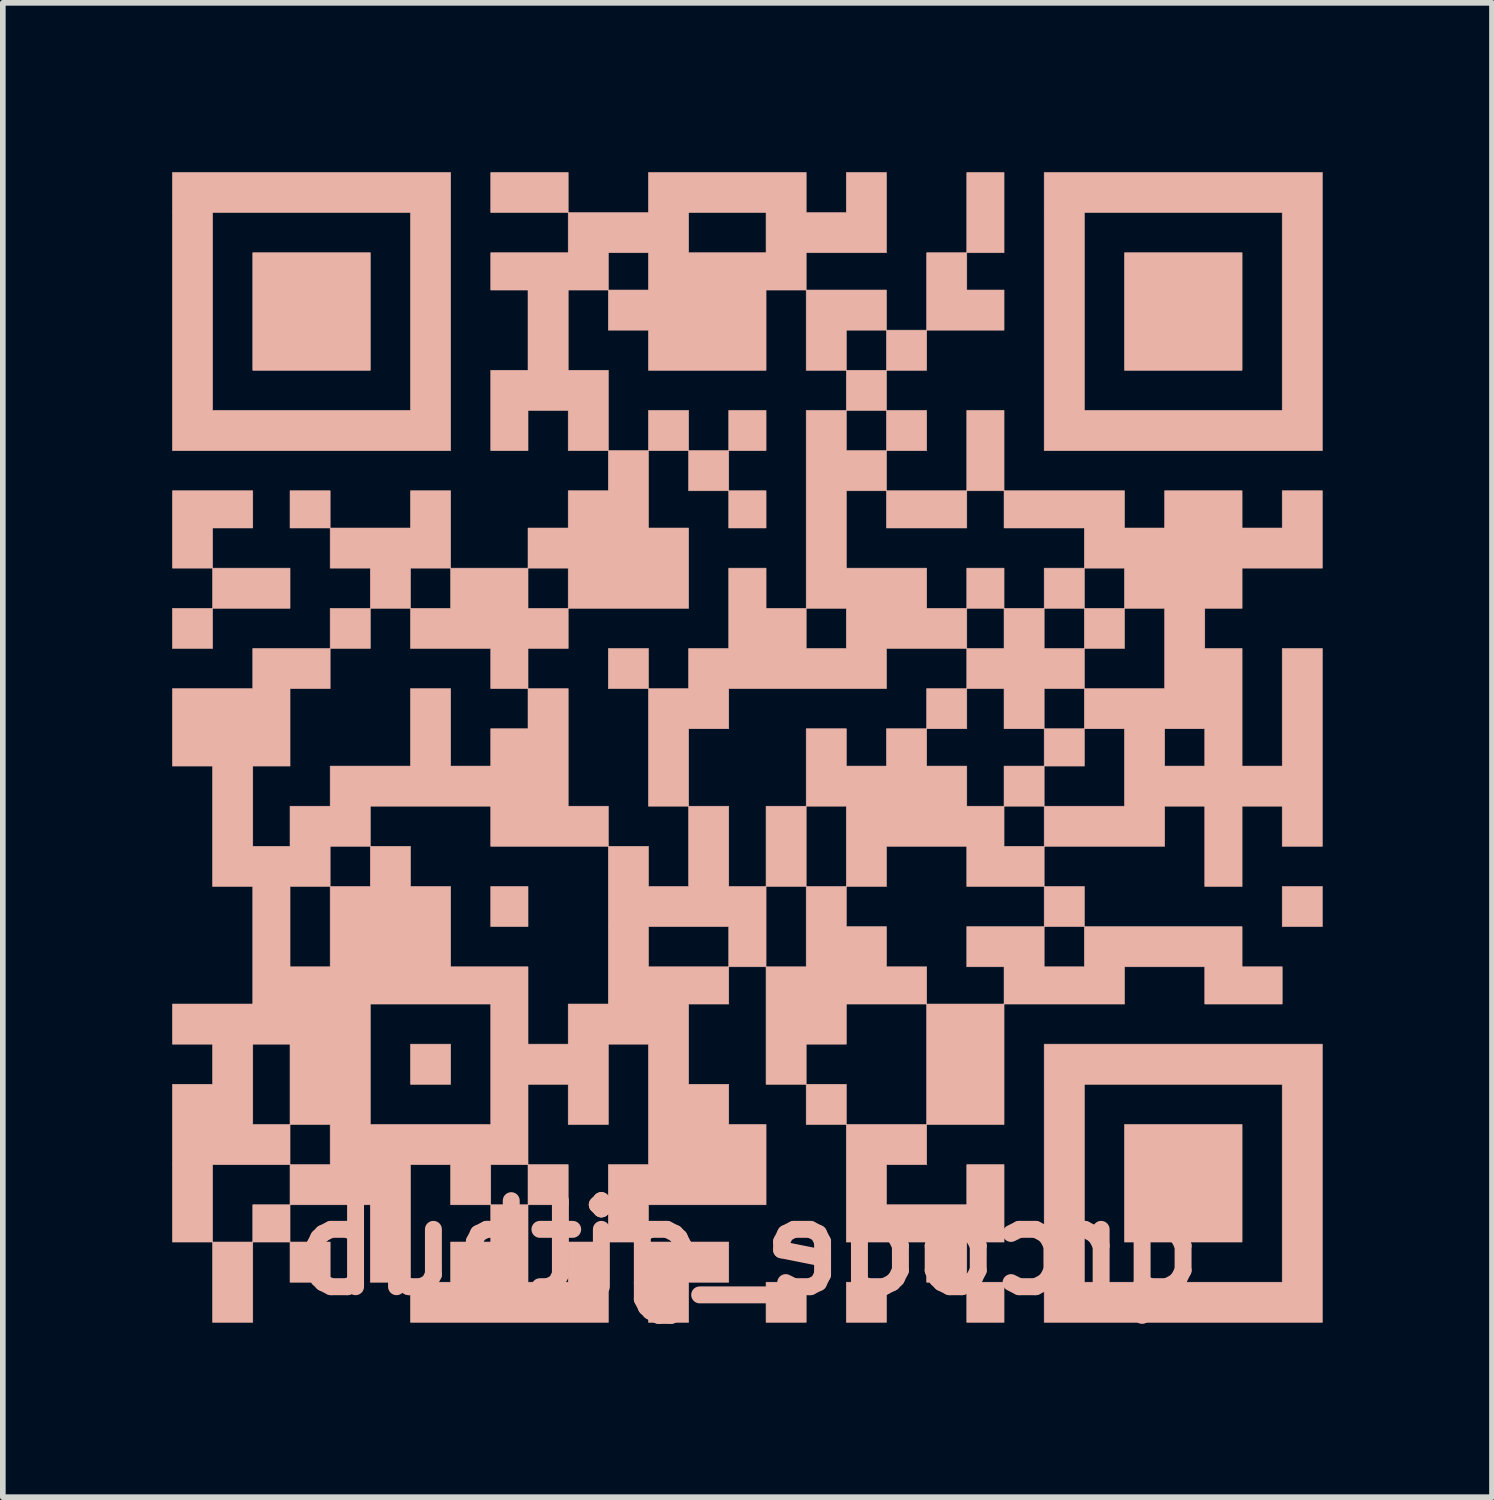
<source format=kicad_pcb>
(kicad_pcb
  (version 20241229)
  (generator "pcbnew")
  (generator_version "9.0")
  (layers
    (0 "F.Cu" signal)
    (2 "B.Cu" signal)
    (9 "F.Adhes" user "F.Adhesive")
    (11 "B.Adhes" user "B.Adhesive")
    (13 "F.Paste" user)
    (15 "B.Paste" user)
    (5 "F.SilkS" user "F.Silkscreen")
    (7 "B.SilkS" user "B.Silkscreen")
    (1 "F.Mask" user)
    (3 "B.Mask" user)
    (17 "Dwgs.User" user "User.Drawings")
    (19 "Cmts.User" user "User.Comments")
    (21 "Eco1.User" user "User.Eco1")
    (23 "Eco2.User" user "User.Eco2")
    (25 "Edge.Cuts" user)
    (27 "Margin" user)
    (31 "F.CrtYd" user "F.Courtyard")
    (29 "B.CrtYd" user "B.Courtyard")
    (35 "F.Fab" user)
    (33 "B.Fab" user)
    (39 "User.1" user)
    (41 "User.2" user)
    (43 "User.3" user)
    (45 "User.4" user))
  (footprint "qrcode_github"
    (layer "F.Cu")
    (at 10.089 9.784)
    (property "Reference" "qrcode_github" (at 0.127 9.271 180) (layer "B.SilkS") (effects (font (size 1.524 1.524) (thickness 0.3)) (justify mirror)))
    (attr through_hole)
    (fp_poly (pts (xy -10.084 -1.346) (xy -9.373 -1.346) (xy -9.373 -2.057) (xy -10.084 -2.057) (xy -10.084 -1.346)) (stroke (width 0.01) (type solid)) (fill yes) (layer "B.SilkS"))
    (fp_poly (pts (xy -9.373 -2.057) (xy -8.001 -2.057) (xy -8.001 -2.769) (xy -9.373 -2.769) (xy -9.373 -2.057)) (stroke (width 0.01) (type solid)) (fill yes) (layer "B.SilkS"))
    (fp_poly (pts (xy -8.661 -6.274) (xy -6.579 -6.274) (xy -6.579 -8.357) (xy -8.661 -8.357) (xy -8.661 -6.274)) (stroke (width 0.01) (type solid)) (fill yes) (layer "B.SilkS"))
    (fp_poly (pts (xy -8.001 -3.48) (xy -7.29 -3.48) (xy -7.29 -4.14) (xy -8.001 -4.14) (xy -8.001 -3.48)) (stroke (width 0.01) (type solid)) (fill yes) (layer "B.SilkS"))
    (fp_poly (pts (xy -8.001 9.881) (xy -7.29 9.881) (xy -7.29 9.169) (xy -8.001 9.169) (xy -8.001 9.881)) (stroke (width 0.01) (type solid)) (fill yes) (layer "B.SilkS"))
    (fp_poly (pts (xy -5.867 6.375) (xy -5.156 6.375) (xy -5.156 5.664) (xy -5.867 5.664) (xy -5.867 6.375)) (stroke (width 0.01) (type solid)) (fill yes) (layer "B.SilkS"))
    (fp_poly (pts (xy -4.445 -9.068) (xy -3.073 -9.068) (xy -3.073 -9.779) (xy -4.445 -9.779) (xy -4.445 -9.068)) (stroke (width 0.01) (type solid)) (fill yes) (layer "B.SilkS"))
    (fp_poly (pts (xy -4.445 3.581) (xy -3.785 3.581) (xy -3.785 2.87) (xy -4.445 2.87) (xy -4.445 3.581)) (stroke (width 0.01) (type solid)) (fill yes) (layer "B.SilkS"))
    (fp_poly (pts (xy -3.785 8.509) (xy -3.073 8.509) (xy -3.073 7.798) (xy -3.785 7.798) (xy -3.785 8.509)) (stroke (width 0.01) (type solid)) (fill yes) (layer "B.SilkS"))
    (fp_poly (pts (xy -2.362 -0.635) (xy -1.651 -0.635) (xy -1.651 -1.346) (xy -2.362 -1.346) (xy -2.362 -0.635)) (stroke (width 0.01) (type solid)) (fill yes) (layer "B.SilkS"))
    (fp_poly (pts (xy -1.651 -4.851) (xy -0.94 -4.851) (xy -0.94 -5.563) (xy -1.651 -5.563) (xy -1.651 -4.851)) (stroke (width 0.01) (type solid)) (fill yes) (layer "B.SilkS"))
    (fp_poly (pts (xy -0.94 -4.14) (xy -0.229 -4.14) (xy -0.229 -4.851) (xy -0.94 -4.851) (xy -0.94 -4.14)) (stroke (width 0.01) (type solid)) (fill yes) (layer "B.SilkS"))
    (fp_poly (pts (xy -0.229 -4.851) (xy 0.432 -4.851) (xy 0.432 -5.563) (xy -0.229 -5.563) (xy -0.229 -4.851)) (stroke (width 0.01) (type solid)) (fill yes) (layer "B.SilkS"))
    (fp_poly (pts (xy -0.229 -3.48) (xy 0.432 -3.48) (xy 0.432 -4.14) (xy -0.229 -4.14) (xy -0.229 -3.48)) (stroke (width 0.01) (type solid)) (fill yes) (layer "B.SilkS"))
    (fp_poly (pts (xy 0.432 2.87) (xy 1.143 2.87) (xy 1.143 1.448) (xy 0.432 1.448) (xy 0.432 2.87)) (stroke (width 0.01) (type solid)) (fill yes) (layer "B.SilkS"))
    (fp_poly (pts (xy 0.432 10.592) (xy 1.143 10.592) (xy 1.143 9.881) (xy 0.432 9.881) (xy 0.432 10.592)) (stroke (width 0.01) (type solid)) (fill yes) (layer "B.SilkS"))
    (fp_poly (pts (xy 1.854 10.592) (xy 2.565 10.592) (xy 2.565 9.881) (xy 1.854 9.881) (xy 1.854 10.592)) (stroke (width 0.01) (type solid)) (fill yes) (layer "B.SilkS"))
    (fp_poly (pts (xy 3.277 0.076) (xy 3.988 0.076) (xy 3.988 -0.635) (xy 3.277 -0.635) (xy 3.277 0.076)) (stroke (width 0.01) (type solid)) (fill yes) (layer "B.SilkS"))
    (fp_poly (pts (xy 3.988 -8.357) (xy 4.648 -8.357) (xy 4.648 -9.779) (xy 3.988 -9.779) (xy 3.988 -8.357)) (stroke (width 0.01) (type solid)) (fill yes) (layer "B.SilkS"))
    (fp_poly (pts (xy 3.988 -2.057) (xy 4.648 -2.057) (xy 4.648 -2.769) (xy 3.988 -2.769) (xy 3.988 -2.057)) (stroke (width 0.01) (type solid)) (fill yes) (layer "B.SilkS"))
    (fp_poly (pts (xy 3.988 10.592) (xy 4.648 10.592) (xy 4.648 9.881) (xy 3.988 9.881) (xy 3.988 10.592)) (stroke (width 0.01) (type solid)) (fill yes) (layer "B.SilkS"))
    (fp_poly (pts (xy 4.648 1.448) (xy 5.359 1.448) (xy 5.359 0.737) (xy 4.648 0.737) (xy 4.648 1.448)) (stroke (width 0.01) (type solid)) (fill yes) (layer "B.SilkS"))
    (fp_poly (pts (xy 5.359 0.737) (xy 6.071 0.737) (xy 6.071 0.076) (xy 5.359 0.076) (xy 5.359 0.737)) (stroke (width 0.01) (type solid)) (fill yes) (layer "B.SilkS"))
    (fp_poly (pts (xy 6.782 -6.274) (xy 8.865 -6.274) (xy 8.865 -8.357) (xy 6.782 -8.357) (xy 6.782 -6.274)) (stroke (width 0.01) (type solid)) (fill yes) (layer "B.SilkS"))
    (fp_poly (pts (xy 6.782 9.169) (xy 8.865 9.169) (xy 8.865 7.087) (xy 6.782 7.087) (xy 6.782 9.169)) (stroke (width 0.01) (type solid)) (fill yes) (layer "B.SilkS"))
    (fp_poly (pts (xy 9.576 3.581) (xy 10.287 3.581) (xy 10.287 2.87) (xy 9.576 2.87) (xy 9.576 3.581)) (stroke (width 0.01) (type solid)) (fill yes) (layer "B.SilkS"))
    (fp_poly (pts (xy -10.084 -2.769) (xy -9.373 -2.769) (xy -9.373 -3.48) (xy -8.661 -3.48) (xy -8.661 -4.14) (xy -10.084 -4.14) (xy -10.084 -2.769)) (stroke (width 0.01) (type solid)) (fill yes) (layer "B.SilkS"))
    (fp_poly (pts (xy -1.651 10.592) (xy -0.94 10.592) (xy -0.94 9.881) (xy -0.229 9.881) (xy -0.229 9.169) (xy -1.651 9.169) (xy -1.651 10.592)) (stroke (width 0.01) (type solid)) (fill yes) (layer "B.SilkS"))
    (fp_poly (pts (xy 3.277 -6.985) (xy 4.648 -6.985) (xy 4.648 -7.696) (xy 3.988 -7.696) (xy 3.988 -8.357) (xy 3.277 -8.357) (xy 3.277 -6.985)) (stroke (width 0.01) (type solid)) (fill yes) (layer "B.SilkS"))
    (fp_poly (pts (xy -10.084 -4.851) (xy -5.156 -4.851) (xy -5.156 -9.068) (xy -5.867 -9.068) (xy -5.867 -5.563) (xy -9.373 -5.563) (xy -9.373 -9.068) (xy -5.867 -9.068) (xy -5.156 -9.068) (xy -5.156 -9.779) (xy -10.084 -9.779) (xy -10.084 -4.851)) (stroke (width 0.01) (type solid)) (fill yes) (layer "B.SilkS"))
    (fp_poly (pts (xy 5.359 -4.851) (xy 10.287 -4.851) (xy 10.287 -9.068) (xy 9.576 -9.068) (xy 9.576 -5.563) (xy 6.071 -5.563) (xy 6.071 -9.068) (xy 9.576 -9.068) (xy 10.287 -9.068) (xy 10.287 -9.779) (xy 5.359 -9.779) (xy 5.359 -4.851)) (stroke (width 0.01) (type solid)) (fill yes) (layer "B.SilkS"))
    (fp_poly (pts (xy 5.359 10.592) (xy 10.287 10.592) (xy 10.287 6.375) (xy 9.576 6.375) (xy 9.576 9.881) (xy 6.071 9.881) (xy 6.071 6.375) (xy 9.576 6.375) (xy 10.287 6.375) (xy 10.287 5.664) (xy 5.359 5.664) (xy 5.359 10.592)) (stroke (width 0.01) (type solid)) (fill yes) (layer "B.SilkS"))
    (fp_poly (pts (xy 4.648 -2.057) (xy 4.648 -1.346) (xy 3.988 -1.346) (xy 3.988 -0.635) (xy 4.648 -0.635) (xy 4.648 0.076) (xy 5.359 0.076) (xy 5.359 -0.635) (xy 6.071 -0.635) (xy 6.071 -1.346) (xy 6.782 -1.346) (xy 6.782 -2.057) (xy 6.071 -2.057) (xy 6.071 -1.346) (xy 5.359 -1.346) (xy 5.359 -2.057) (xy 6.071 -2.057) (xy 6.071 -2.769) (xy 5.359 -2.769) (xy 5.359 -2.057) (xy 4.648 -2.057)) (stroke (width 0.01) (type solid)) (fill yes) (layer "B.SilkS"))
    (fp_poly (pts (xy -8.001 8.509) (xy -6.579 8.509) (xy -6.579 9.881) (xy -5.867 9.881) (xy -5.867 10.592) (xy -2.362 10.592) (xy -2.362 9.169) (xy -1.651 9.169) (xy -1.651 8.509) (xy 0.432 8.509) (xy 0.432 7.087) (xy -0.229 7.087) (xy -0.229 6.375) (xy -0.94 6.375) (xy -0.94 5.664) (xy -1.651 5.664) (xy -1.651 7.798) (xy -2.362 7.798) (xy -2.362 9.169) (xy -3.073 9.169) (xy -3.073 9.881) (xy -3.785 9.881) (xy -3.785 8.509) (xy -4.445 8.509) (xy -4.445 9.169) (xy -5.156 9.169) (xy -5.156 9.881) (xy -5.867 9.881) (xy -5.867 7.798) (xy -5.156 7.798) (xy -5.156 8.509) (xy -4.445 8.509) (xy -4.445 7.798) (xy -3.785 7.798) (xy -3.785 6.375) (xy -3.073 6.375) (xy -3.073 7.087) (xy -2.362 7.087) (xy -2.362 5.664) (xy -1.651 5.664) (xy -0.94 5.664) (xy -0.94 4.953) (xy -0.229 4.953) (xy -0.229 4.293) (xy 0.432 4.293) (xy 0.432 6.375) (xy 1.143 6.375) (xy 1.143 7.087) (xy 1.854 7.087) (xy 1.854 9.169) (xy 3.277 9.169) (xy 3.277 9.881) (xy 3.988 9.881) (xy 3.988 9.169) (xy 4.648 9.169) (xy 4.648 7.798) (xy 3.988 7.798) (xy 3.988 8.509) (xy 2.565 8.509) (xy 2.565 7.798) (xy 3.277 7.798) (xy 3.277 7.087) (xy 4.648 7.087) (xy 4.648 4.953) (xy 6.782 4.953) (xy 6.782 4.293) (xy 8.204 4.293) (xy 8.204 4.953) (xy 9.576 4.953) (xy 9.576 4.293) (xy 8.865 4.293) (xy 8.865 3.581) (xy 6.071 3.581) (xy 6.071 4.293) (xy 5.359 4.293) (xy 5.359 3.581) (xy 6.071 3.581) (xy 6.071 2.87) (xy 5.359 2.87) (xy 5.359 3.581) (xy 3.988 3.581) (xy 3.988 4.293) (xy 4.648 4.293) (xy 4.648 4.953) (xy 3.277 4.953) (xy 3.277 7.087) (xy 1.854 7.087) (xy 1.854 6.375) (xy 1.143 6.375) (xy 1.143 5.664) (xy 1.854 5.664) (xy 1.854 4.953) (xy 3.277 4.953) (xy 3.277 4.293) (xy 2.565 4.293) (xy 2.565 3.581) (xy 1.854 3.581) (xy 1.854 2.87) (xy 2.565 2.87) (xy 2.565 2.159) (xy 3.988 2.159) (xy 3.988 2.87) (xy 5.359 2.87) (xy 5.359 2.159) (xy 7.493 2.159) (xy 7.493 1.448) (xy 8.204 1.448) (xy 8.204 2.87) (xy 8.865 2.87) (xy 8.865 1.448) (xy 9.576 1.448) (xy 9.576 2.159) (xy 10.287 2.159) (xy 10.287 -1.346) (xy 9.576 -1.346) (xy 9.576 0.737) (xy 8.865 0.737) (xy 8.865 0.076) (xy 8.204 0.076) (xy 8.204 0.737) (xy 7.493 0.737) (xy 7.493 0.076) (xy 8.204 0.076) (xy 8.865 0.076) (xy 8.865 -1.346) (xy 8.204 -1.346) (xy 8.204 -2.057) (xy 7.493 -2.057) (xy 7.493 -0.635) (xy 6.071 -0.635) (xy 6.071 0.076) (xy 6.782 0.076) (xy 6.782 1.448) (xy 5.359 1.448) (xy 5.359 2.159) (xy 4.648 2.159) (xy 4.648 1.448) (xy 3.988 1.448) (xy 3.988 0.737) (xy 3.277 0.737) (xy 3.277 0.076) (xy 2.565 0.076) (xy 2.565 0.737) (xy 1.854 0.737) (xy 1.854 0.076) (xy 1.143 0.076) (xy 1.143 1.448) (xy 1.854 1.448) (xy 1.854 2.87) (xy 1.143 2.87) (xy 1.143 4.293) (xy 0.432 4.293) (xy 0.432 3.581) (xy -0.229 3.581) (xy -0.229 4.293) (xy -1.651 4.293) (xy -1.651 3.581) (xy -0.229 3.581) (xy 0.432 3.581) (xy 0.432 2.87) (xy -0.229 2.87) (xy -0.229 1.448) (xy -0.94 1.448) (xy -0.94 0.076) (xy -0.229 0.076) (xy -0.229 -0.635) (xy 2.565 -0.635) (xy 2.565 -1.346) (xy 3.988 -1.346) (xy 3.988 -2.057) (xy 3.277 -2.057) (xy 1.854 -2.057) (xy 1.854 -1.346) (xy 1.143 -1.346) (xy 1.143 -2.057) (xy 1.854 -2.057) (xy 3.277 -2.057) (xy 3.277 -2.769) (xy 1.854 -2.769) (xy 1.854 -4.14) (xy 2.565 -4.14) (xy 2.565 -3.48) (xy 3.988 -3.48) (xy 3.988 -4.14) (xy 4.648 -4.14) (xy 4.648 -3.48) (xy 6.071 -3.48) (xy 6.071 -2.769) (xy 6.782 -2.769) (xy 6.782 -2.057) (xy 7.493 -2.057) (xy 8.204 -2.057) (xy 8.865 -2.057) (xy 8.865 -2.769) (xy 10.287 -2.769) (xy 10.287 -4.14) (xy 9.576 -4.14) (xy 9.576 -3.48) (xy 8.865 -3.48) (xy 8.865 -4.14) (xy 7.493 -4.14) (xy 7.493 -3.48) (xy 6.782 -3.48) (xy 6.782 -4.14) (xy 4.648 -4.14) (xy 4.648 -5.563) (xy 3.988 -5.563) (xy 3.988 -4.14) (xy 2.565 -4.14) (xy 2.565 -4.851) (xy 3.277 -4.851) (xy 3.277 -5.563) (xy 2.565 -5.563) (xy 2.565 -4.851) (xy 1.854 -4.851) (xy 1.854 -5.563) (xy 2.565 -5.563) (xy 2.565 -6.274) (xy 3.277 -6.274) (xy 3.277 -6.985) (xy 2.565 -6.985) (xy 2.565 -6.274) (xy 1.854 -6.274) (xy 1.854 -5.563) (xy 1.143 -5.563) (xy 1.143 -2.057) (xy 0.432 -2.057) (xy 0.432 -2.769) (xy -0.229 -2.769) (xy -0.229 -1.346) (xy -0.94 -1.346) (xy -0.94 -0.635) (xy -1.651 -0.635) (xy -1.651 1.448) (xy -0.94 1.448) (xy -0.94 2.87) (xy -1.651 2.87) (xy -1.651 2.159) (xy -2.362 2.159) (xy -2.362 4.953) (xy -3.073 4.953) (xy -3.073 5.664) (xy -3.785 5.664) (xy -3.785 4.953) (xy -4.445 4.953) (xy -4.445 7.087) (xy -6.579 7.087) (xy -7.29 7.087) (xy -7.29 7.798) (xy -8.001 7.798) (xy -8.001 8.509) (xy -8.661 8.509) (xy -8.661 9.169) (xy -9.373 9.169) (xy -9.373 7.798) (xy -8.001 7.798) (xy -8.001 7.087) (xy -7.29 7.087) (xy -6.579 7.087) (xy -6.579 5.664) (xy -8.001 5.664) (xy -8.001 7.087) (xy -8.661 7.087) (xy -8.661 5.664) (xy -8.001 5.664) (xy -6.579 5.664) (xy -6.579 4.953) (xy -4.445 4.953) (xy -3.785 4.953) (xy -3.785 4.293) (xy -5.156 4.293) (xy -5.156 2.87) (xy -5.867 2.87) (xy -5.867 2.159) (xy -6.579 2.159) (xy -6.579 2.87) (xy -7.29 2.87) (xy -7.29 4.293) (xy -8.001 4.293) (xy -8.001 2.87) (xy -7.29 2.87) (xy -7.29 2.159) (xy -6.579 2.159) (xy -6.579 1.448) (xy -4.445 1.448) (xy -4.445 2.159) (xy -2.362 2.159) (xy -2.362 1.448) (xy -3.073 1.448) (xy -3.073 -0.635) (xy -3.785 -0.635) (xy -3.785 0.076) (xy -4.445 0.076) (xy -4.445 0.737) (xy -5.156 0.737) (xy -5.156 -0.635) (xy -5.867 -0.635) (xy -5.867 0.737) (xy -7.29 0.737) (xy -7.29 1.448) (xy -8.001 1.448) (xy -8.001 2.159) (xy -8.661 2.159) (xy -8.661 0.737) (xy -8.001 0.737) (xy -8.001 -0.635) (xy -7.29 -0.635) (xy -7.29 -1.346) (xy -6.579 -1.346) (xy -6.579 -2.057) (xy -5.867 -2.057) (xy -5.867 -1.346) (xy -4.445 -1.346) (xy -4.445 -0.635) (xy -3.785 -0.635) (xy -3.785 -1.346) (xy -3.073 -1.346) (xy -3.073 -2.057) (xy -0.94 -2.057) (xy -0.94 -2.769) (xy -3.073 -2.769) (xy -3.073 -2.057) (xy -3.785 -2.057) (xy -3.785 -2.769) (xy -3.073 -2.769) (xy -0.94 -2.769) (xy -0.94 -3.48) (xy -1.651 -3.48) (xy -1.651 -4.851) (xy -2.362 -4.851) (xy -2.362 -6.274) (xy -3.073 -6.274) (xy -3.073 -7.696) (xy -2.362 -7.696) (xy -2.362 -6.985) (xy -1.651 -6.985) (xy -1.651 -6.274) (xy 0.432 -6.274) (xy 0.432 -7.696) (xy 1.143 -7.696) (xy 1.143 -6.274) (xy 1.854 -6.274) (xy 1.854 -6.985) (xy 2.565 -6.985) (xy 2.565 -7.696) (xy 1.143 -7.696) (xy 1.143 -8.357) (xy 2.565 -8.357) (xy 2.565 -9.779) (xy 1.854 -9.779) (xy 1.854 -9.068) (xy 1.143 -9.068) (xy 0.432 -9.068) (xy 0.432 -8.357) (xy -0.94 -8.357) (xy -1.651 -8.357) (xy -1.651 -7.696) (xy -2.362 -7.696) (xy -2.362 -8.357) (xy -1.651 -8.357) (xy -0.94 -8.357) (xy -0.94 -9.068) (xy 0.432 -9.068) (xy 1.143 -9.068) (xy 1.143 -9.779) (xy -1.651 -9.779) (xy -1.651 -9.068) (xy -3.073 -9.068) (xy -3.073 -8.357) (xy -4.445 -8.357) (xy -4.445 -7.696) (xy -3.785 -7.696) (xy -3.785 -6.274) (xy -4.445 -6.274) (xy -4.445 -4.851) (xy -3.785 -4.851) (xy -3.785 -5.563) (xy -3.073 -5.563) (xy -3.073 -4.851) (xy -2.362 -4.851) (xy -2.362 -4.14) (xy -3.073 -4.14) (xy -3.073 -3.48) (xy -3.785 -3.48) (xy -3.785 -2.769) (xy -5.156 -2.769) (xy -5.156 -2.057) (xy -5.867 -2.057) (xy -5.867 -2.769) (xy -5.156 -2.769) (xy -5.156 -4.14) (xy -5.867 -4.14) (xy -5.867 -3.48) (xy -7.29 -3.48) (xy -7.29 -2.769) (xy -6.579 -2.769) (xy -6.579 -2.057) (xy -7.29 -2.057) (xy -7.29 -1.346) (xy -8.661 -1.346) (xy -8.661 -0.635) (xy -10.084 -0.635) (xy -10.084 0.737) (xy -9.373 0.737) (xy -9.373 2.87) (xy -8.661 2.87) (xy -8.661 4.953) (xy -10.084 4.953) (xy -10.084 5.664) (xy -9.373 5.664) (xy -9.373 6.375) (xy -10.084 6.375) (xy -10.084 9.169) (xy -9.373 9.169) (xy -9.373 10.592) (xy -8.661 10.592) (xy -8.661 9.169) (xy -8.001 9.169) (xy -8.001 8.509)) (stroke (width 0.01) (type solid)) (fill yes) (layer "B.SilkS")))
  (gr_rect
    (start -3 -3)
    (end 23.381 23.473)
    (stroke (width 0.1) (type default))
    (fill no)
    (layer "Edge.Cuts")))
</source>
